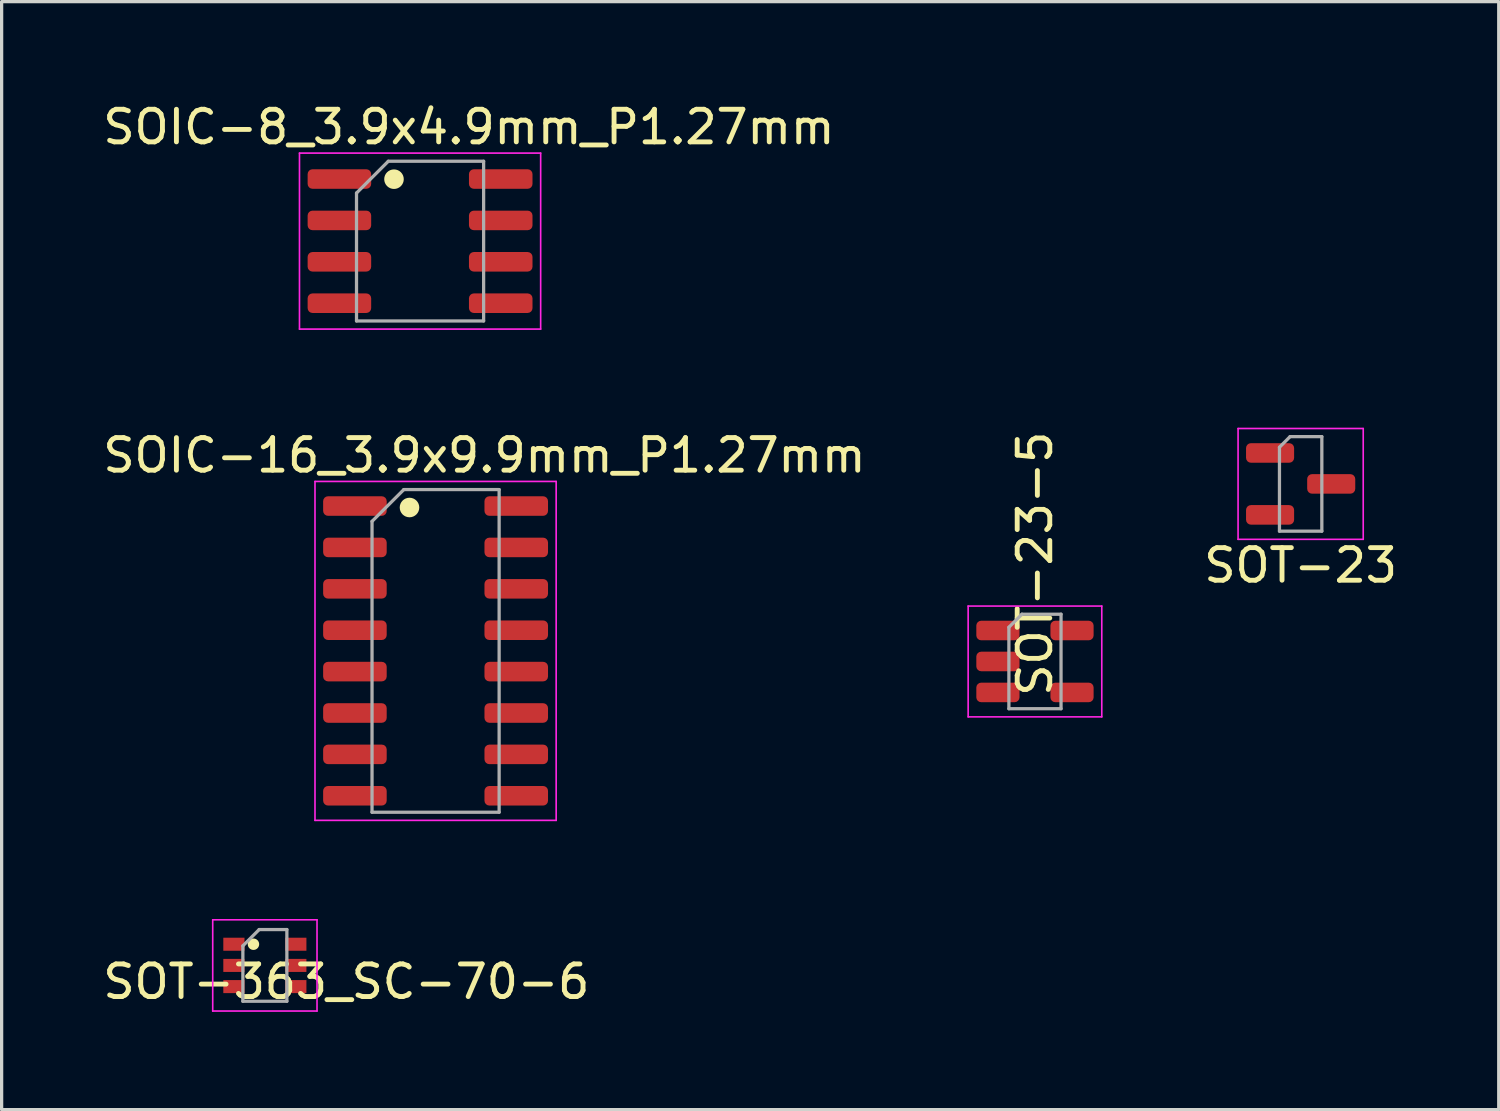
<source format=kicad_pcb>
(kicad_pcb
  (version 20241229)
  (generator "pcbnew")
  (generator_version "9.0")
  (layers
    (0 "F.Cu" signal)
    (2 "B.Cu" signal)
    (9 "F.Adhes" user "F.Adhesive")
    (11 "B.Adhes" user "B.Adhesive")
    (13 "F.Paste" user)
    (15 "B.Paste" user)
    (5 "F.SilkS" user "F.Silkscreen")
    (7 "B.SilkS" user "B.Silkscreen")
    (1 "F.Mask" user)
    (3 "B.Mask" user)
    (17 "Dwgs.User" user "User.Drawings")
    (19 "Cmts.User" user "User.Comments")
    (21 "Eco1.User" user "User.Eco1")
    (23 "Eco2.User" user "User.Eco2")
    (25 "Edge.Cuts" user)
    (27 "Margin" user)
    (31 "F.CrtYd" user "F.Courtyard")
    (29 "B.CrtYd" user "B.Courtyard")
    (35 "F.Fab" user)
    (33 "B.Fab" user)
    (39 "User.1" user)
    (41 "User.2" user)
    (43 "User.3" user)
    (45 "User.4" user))
  (footprint "SOIC-8_3.9x4.9mm_P1.27mm"
    (layer "F.Cu")
    (at 9.839 4.348)
    (property "Reference" "SOIC-8_3.9x4.9mm_P1.27mm" (at 1.5 -3.5 180) (layer "F.SilkS") (effects (font (size 1 1) (thickness 0.15))))
    (attr smd)
    (fp_circle (center -0.8 -1.9) (end -0.55 -1.9) (stroke (width 0.1) (type solid)) (fill yes) (layer "F.SilkS"))
    (fp_line (start -3.7 -2.7) (end -3.7 2.7) (stroke (width 0.05) (type solid)) (layer "F.CrtYd"))
    (fp_line (start -3.7 2.7) (end 3.7 2.7) (stroke (width 0.05) (type solid)) (layer "F.CrtYd"))
    (fp_line (start 3.7 -2.7) (end -3.7 -2.7) (stroke (width 0.05) (type solid)) (layer "F.CrtYd"))
    (fp_line (start 3.7 2.7) (end 3.7 -2.7) (stroke (width 0.05) (type solid)) (layer "F.CrtYd"))
    (fp_line (start -1.95 -1.475) (end -0.975 -2.45) (stroke (width 0.1) (type solid)) (layer "F.Fab"))
    (fp_line (start -1.95 2.45) (end -1.95 -1.475) (stroke (width 0.1) (type solid)) (layer "F.Fab"))
    (fp_line (start -0.975 -2.45) (end 1.95 -2.45) (stroke (width 0.1) (type solid)) (layer "F.Fab"))
    (fp_line (start 1.95 -2.45) (end 1.95 2.45) (stroke (width 0.1) (type solid)) (layer "F.Fab"))
    (fp_line (start 1.95 2.45) (end -1.95 2.45) (stroke (width 0.1) (type solid)) (layer "F.Fab"))
    (pad "1" smd roundrect (at -2.475 -1.905) (size 1.95 0.6) (layers "F.Cu" "F.Mask" "F.Paste") (roundrect_rratio 0.25))
    (pad "2" smd roundrect (at -2.475 -0.635) (size 1.95 0.6) (layers "F.Cu" "F.Mask" "F.Paste") (roundrect_rratio 0.25))
    (pad "3" smd roundrect (at -2.475 0.635) (size 1.95 0.6) (layers "F.Cu" "F.Mask" "F.Paste") (roundrect_rratio 0.25))
    (pad "4" smd roundrect (at -2.475 1.905) (size 1.95 0.6) (layers "F.Cu" "F.Mask" "F.Paste") (roundrect_rratio 0.25))
    (pad "5" smd roundrect (at 2.475 1.905) (size 1.95 0.6) (layers "F.Cu" "F.Mask" "F.Paste") (roundrect_rratio 0.25))
    (pad "6" smd roundrect (at 2.475 0.635) (size 1.95 0.6) (layers "F.Cu" "F.Mask" "F.Paste") (roundrect_rratio 0.25))
    (pad "7" smd roundrect (at 2.475 -0.635) (size 1.95 0.6) (layers "F.Cu" "F.Mask" "F.Paste") (roundrect_rratio 0.25))
    (pad "8" smd roundrect (at 2.475 -1.905) (size 1.95 0.6) (layers "F.Cu" "F.Mask" "F.Paste") (roundrect_rratio 0.25)))
  (footprint "SOT-23-5"
    (layer "F.Cu")
    (at 28.706 17.246)
    (property "Reference" "SOT-23-5" (at 0 -3 90) (layer "F.SilkS") (effects (font (size 1 1) (thickness 0.15))))
    (attr smd)
    (fp_line (start -2.05 -1.7) (end -2.05 1.7) (stroke (width 0.05) (type solid)) (layer "F.CrtYd"))
    (fp_line (start -2.05 1.7) (end 2.05 1.7) (stroke (width 0.05) (type solid)) (layer "F.CrtYd"))
    (fp_line (start 2.05 -1.7) (end -2.05 -1.7) (stroke (width 0.05) (type solid)) (layer "F.CrtYd"))
    (fp_line (start 2.05 1.7) (end 2.05 -1.7) (stroke (width 0.05) (type solid)) (layer "F.CrtYd"))
    (fp_line (start -0.8 -1.05) (end -0.4 -1.45) (stroke (width 0.1) (type solid)) (layer "F.Fab"))
    (fp_line (start -0.8 1.45) (end -0.8 -1.05) (stroke (width 0.1) (type solid)) (layer "F.Fab"))
    (fp_line (start -0.4 -1.45) (end 0.8 -1.45) (stroke (width 0.1) (type solid)) (layer "F.Fab"))
    (fp_line (start 0.8 -1.45) (end 0.8 1.45) (stroke (width 0.1) (type solid)) (layer "F.Fab"))
    (fp_line (start 0.8 1.45) (end -0.8 1.45) (stroke (width 0.1) (type solid)) (layer "F.Fab"))
    (pad "1" smd roundrect (at -1.137 -0.95) (size 1.325 0.6) (layers "F.Cu" "F.Mask" "F.Paste") (roundrect_rratio 0.25))
    (pad "2" smd roundrect (at -1.137 0) (size 1.325 0.6) (layers "F.Cu" "F.Mask" "F.Paste") (roundrect_rratio 0.25))
    (pad "3" smd roundrect (at -1.137 0.95) (size 1.325 0.6) (layers "F.Cu" "F.Mask" "F.Paste") (roundrect_rratio 0.25))
    (pad "4" smd roundrect (at 1.137 0.95) (size 1.325 0.6) (layers "F.Cu" "F.Mask" "F.Paste") (roundrect_rratio 0.25))
    (pad "5" smd roundrect (at 1.137 -0.95) (size 1.325 0.6) (layers "F.Cu" "F.Mask" "F.Paste") (roundrect_rratio 0.25)))
  (footprint "SOIC-16_3.9x9.9mm_P1.27mm"
    (layer "F.Cu")
    (at 10.315 16.922)
    (property "Reference" "SOIC-16_3.9x9.9mm_P1.27mm" (at 1.5 -6 180) (layer "F.SilkS") (effects (font (size 1 1) (thickness 0.15))))
    (attr smd)
    (fp_circle (center -0.8 -4.4) (end -0.55 -4.4) (stroke (width 0.1) (type solid)) (fill yes) (layer "F.SilkS"))
    (fp_line (start -3.7 -5.2) (end -3.7 5.2) (stroke (width 0.05) (type solid)) (layer "F.CrtYd"))
    (fp_line (start -3.7 5.2) (end 3.7 5.2) (stroke (width 0.05) (type solid)) (layer "F.CrtYd"))
    (fp_line (start 3.7 -5.2) (end -3.7 -5.2) (stroke (width 0.05) (type solid)) (layer "F.CrtYd"))
    (fp_line (start 3.7 5.2) (end 3.7 -5.2) (stroke (width 0.05) (type solid)) (layer "F.CrtYd"))
    (fp_line (start -1.95 -3.975) (end -0.975 -4.95) (stroke (width 0.1) (type solid)) (layer "F.Fab"))
    (fp_line (start -1.95 4.95) (end -1.95 -3.975) (stroke (width 0.1) (type solid)) (layer "F.Fab"))
    (fp_line (start -0.975 -4.95) (end 1.95 -4.95) (stroke (width 0.1) (type solid)) (layer "F.Fab"))
    (fp_line (start 1.95 -4.95) (end 1.95 4.95) (stroke (width 0.1) (type solid)) (layer "F.Fab"))
    (fp_line (start 1.95 4.95) (end -1.95 4.95) (stroke (width 0.1) (type solid)) (layer "F.Fab"))
    (pad "1" smd roundrect (at -2.475 -4.445) (size 1.95 0.6) (layers "F.Cu" "F.Mask" "F.Paste") (roundrect_rratio 0.25))
    (pad "2" smd roundrect (at -2.475 -3.175) (size 1.95 0.6) (layers "F.Cu" "F.Mask" "F.Paste") (roundrect_rratio 0.25))
    (pad "3" smd roundrect (at -2.475 -1.905) (size 1.95 0.6) (layers "F.Cu" "F.Mask" "F.Paste") (roundrect_rratio 0.25))
    (pad "4" smd roundrect (at -2.475 -0.635) (size 1.95 0.6) (layers "F.Cu" "F.Mask" "F.Paste") (roundrect_rratio 0.25))
    (pad "5" smd roundrect (at -2.475 0.635) (size 1.95 0.6) (layers "F.Cu" "F.Mask" "F.Paste") (roundrect_rratio 0.25))
    (pad "6" smd roundrect (at -2.475 1.905) (size 1.95 0.6) (layers "F.Cu" "F.Mask" "F.Paste") (roundrect_rratio 0.25))
    (pad "7" smd roundrect (at -2.475 3.175) (size 1.95 0.6) (layers "F.Cu" "F.Mask" "F.Paste") (roundrect_rratio 0.25))
    (pad "8" smd roundrect (at -2.475 4.445) (size 1.95 0.6) (layers "F.Cu" "F.Mask" "F.Paste") (roundrect_rratio 0.25))
    (pad "9" smd roundrect (at 2.475 4.445) (size 1.95 0.6) (layers "F.Cu" "F.Mask" "F.Paste") (roundrect_rratio 0.25))
    (pad "10" smd roundrect (at 2.475 3.175) (size 1.95 0.6) (layers "F.Cu" "F.Mask" "F.Paste") (roundrect_rratio 0.25))
    (pad "11" smd roundrect (at 2.475 1.905) (size 1.95 0.6) (layers "F.Cu" "F.Mask" "F.Paste") (roundrect_rratio 0.25))
    (pad "12" smd roundrect (at 2.475 0.635) (size 1.95 0.6) (layers "F.Cu" "F.Mask" "F.Paste") (roundrect_rratio 0.25))
    (pad "13" smd roundrect (at 2.475 -0.635) (size 1.95 0.6) (layers "F.Cu" "F.Mask" "F.Paste") (roundrect_rratio 0.25))
    (pad "14" smd roundrect (at 2.475 -1.905) (size 1.95 0.6) (layers "F.Cu" "F.Mask" "F.Paste") (roundrect_rratio 0.25))
    (pad "15" smd roundrect (at 2.475 -3.175) (size 1.95 0.6) (layers "F.Cu" "F.Mask" "F.Paste") (roundrect_rratio 0.25))
    (pad "16" smd roundrect (at 2.475 -4.445) (size 1.95 0.6) (layers "F.Cu" "F.Mask" "F.Paste") (roundrect_rratio 0.25)))
  (footprint "SOT-23"
    (layer "F.Cu")
    (at 36.858 11.798)
    (property "Reference" "SOT-23" (at 0 2.5 0) (layer "F.SilkS") (effects (font (size 1 1) (thickness 0.15))))
    (attr smd)
    (fp_line (start -1.92 -1.7) (end -1.92 1.7) (stroke (width 0.05) (type solid)) (layer "F.CrtYd"))
    (fp_line (start -1.92 1.7) (end 1.92 1.7) (stroke (width 0.05) (type solid)) (layer "F.CrtYd"))
    (fp_line (start 1.92 -1.7) (end -1.92 -1.7) (stroke (width 0.05) (type solid)) (layer "F.CrtYd"))
    (fp_line (start 1.92 1.7) (end 1.92 -1.7) (stroke (width 0.05) (type solid)) (layer "F.CrtYd"))
    (fp_line (start -0.65 -1.125) (end -0.325 -1.45) (stroke (width 0.1) (type solid)) (layer "F.Fab"))
    (fp_line (start -0.65 1.45) (end -0.65 -1.125) (stroke (width 0.1) (type solid)) (layer "F.Fab"))
    (fp_line (start -0.325 -1.45) (end 0.65 -1.45) (stroke (width 0.1) (type solid)) (layer "F.Fab"))
    (fp_line (start 0.65 -1.45) (end 0.65 1.45) (stroke (width 0.1) (type solid)) (layer "F.Fab"))
    (fp_line (start 0.65 1.45) (end -0.65 1.45) (stroke (width 0.1) (type solid)) (layer "F.Fab"))
    (pad "1" smd roundrect (at -0.938 -0.95) (size 1.475 0.6) (layers "F.Cu" "F.Mask" "F.Paste") (roundrect_rratio 0.25))
    (pad "2" smd roundrect (at -0.938 0.95) (size 1.475 0.6) (layers "F.Cu" "F.Mask" "F.Paste") (roundrect_rratio 0.25))
    (pad "3" smd roundrect (at 0.938 0) (size 1.475 0.6) (layers "F.Cu" "F.Mask" "F.Paste") (roundrect_rratio 0.25)))
  (footprint "SOT-363_SC-70-6"
    (layer "F.Cu")
    (at 5.077 26.572)
    (property "Reference" "SOT-363_SC-70-6" (at 2.5 0.5 0) (layer "F.SilkS") (effects (font (size 1 1) (thickness 0.15))))
    (attr smd)
    (fp_circle (center -0.35 -0.65) (end -0.225 -0.65) (stroke (width 0.1) (type solid)) (fill yes) (layer "F.SilkS"))
    (fp_line (start -1.6 -1.4) (end -1.6 1.4) (stroke (width 0.05) (type solid)) (layer "F.CrtYd"))
    (fp_line (start -1.6 -1.4) (end 1.6 -1.4) (stroke (width 0.05) (type solid)) (layer "F.CrtYd"))
    (fp_line (start -1.6 1.4) (end 1.6 1.4) (stroke (width 0.05) (type solid)) (layer "F.CrtYd"))
    (fp_line (start 1.6 1.4) (end 1.6 -1.4) (stroke (width 0.05) (type solid)) (layer "F.CrtYd"))
    (fp_line (start -0.675 -0.6) (end -0.675 1.1) (stroke (width 0.1) (type solid)) (layer "F.Fab"))
    (fp_line (start -0.175 -1.1) (end -0.675 -0.6) (stroke (width 0.1) (type solid)) (layer "F.Fab"))
    (fp_line (start 0.675 -1.1) (end -0.175 -1.1) (stroke (width 0.1) (type solid)) (layer "F.Fab"))
    (fp_line (start 0.675 -1.1) (end 0.675 1.1) (stroke (width 0.1) (type solid)) (layer "F.Fab"))
    (fp_line (start 0.675 1.1) (end -0.675 1.1) (stroke (width 0.1) (type solid)) (layer "F.Fab"))
    (pad "1" smd rect (at -0.95 -0.65) (size 0.65 0.4) (layers "F.Cu" "F.Mask" "F.Paste"))
    (pad "2" smd rect (at -0.95 0) (size 0.65 0.4) (layers "F.Cu" "F.Mask" "F.Paste"))
    (pad "3" smd rect (at -0.95 0.65) (size 0.65 0.4) (layers "F.Cu" "F.Mask" "F.Paste"))
    (pad "4" smd rect (at 0.95 0.65) (size 0.65 0.4) (layers "F.Cu" "F.Mask" "F.Paste"))
    (pad "5" smd rect (at 0.95 0) (size 0.65 0.4) (layers "F.Cu" "F.Mask" "F.Paste"))
    (pad "6" smd rect (at 0.95 -0.65) (size 0.65 0.4) (layers "F.Cu" "F.Mask" "F.Paste")))
  (gr_rect
    (start -3 -3)
    (end 42.936 30.997)
    (stroke (width 0.1) (type default))
    (fill no)
    (layer "Edge.Cuts")))
</source>
